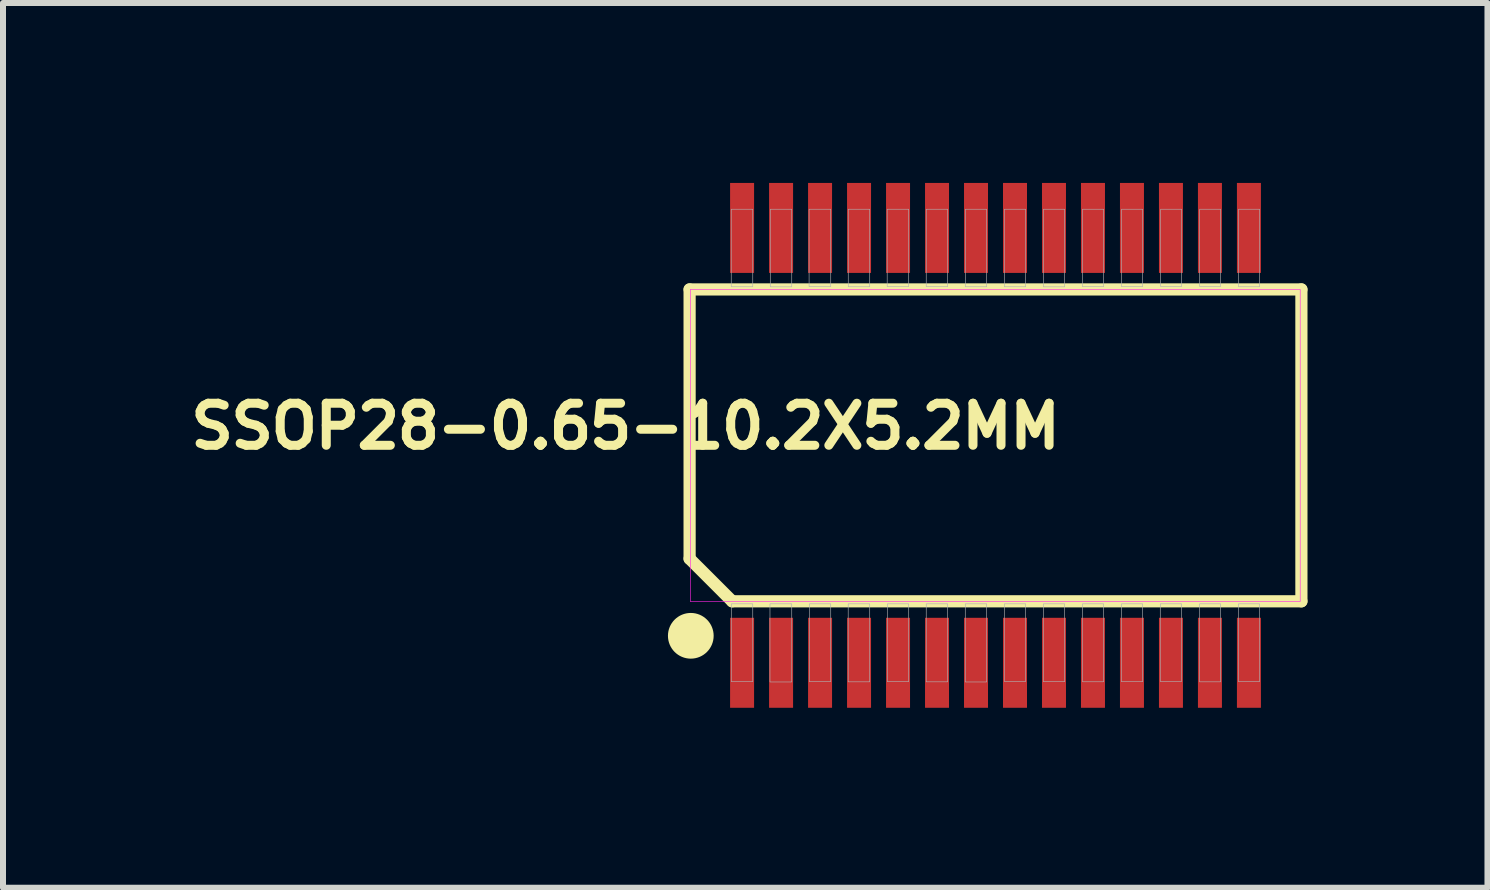
<source format=kicad_pcb>
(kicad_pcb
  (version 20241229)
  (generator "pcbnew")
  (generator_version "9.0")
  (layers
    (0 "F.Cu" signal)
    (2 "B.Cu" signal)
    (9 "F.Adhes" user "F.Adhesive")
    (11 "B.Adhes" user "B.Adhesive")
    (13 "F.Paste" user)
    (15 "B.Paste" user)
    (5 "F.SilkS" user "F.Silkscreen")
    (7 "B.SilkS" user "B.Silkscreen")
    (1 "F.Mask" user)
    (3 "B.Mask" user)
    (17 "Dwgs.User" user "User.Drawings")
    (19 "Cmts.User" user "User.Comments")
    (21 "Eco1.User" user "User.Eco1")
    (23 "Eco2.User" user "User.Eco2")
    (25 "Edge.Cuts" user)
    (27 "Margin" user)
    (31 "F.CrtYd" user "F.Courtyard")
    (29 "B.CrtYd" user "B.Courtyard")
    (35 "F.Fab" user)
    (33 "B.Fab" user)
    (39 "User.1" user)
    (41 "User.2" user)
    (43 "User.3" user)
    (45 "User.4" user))
  (footprint "SSOP28-0.65-10.2X5.2MM"
    (layer "F.Cu")
    (at 13.547 4.375)
    (property "Reference" "SSOP28-0.65-10.2X5.2MM" (at -6.167 -0.318 180) (layer "F.SilkS") (effects (font (size 0.701 0.701) (thickness 0.15))))
    (attr smd)
    (fp_line (start -5.1 -2.6) (end -5.1 1.89) (stroke (width 0.203) (type solid)) (layer "F.SilkS"))
    (fp_line (start -5.1 1.89) (end -4.39 2.6) (stroke (width 0.203) (type solid)) (layer "F.SilkS"))
    (fp_line (start -4.39 2.6) (end 5.1 2.6) (stroke (width 0.203) (type solid)) (layer "F.SilkS"))
    (fp_line (start 5.1 -2.6) (end -5.1 -2.6) (stroke (width 0.203) (type solid)) (layer "F.SilkS"))
    (fp_line (start 5.1 2.6) (end 5.1 -2.6) (stroke (width 0.203) (type solid)) (layer "F.SilkS"))
    (fp_circle (center -5.08 3.175) (end -4.699 3.175) (stroke (width 0) (type solid)) (fill yes) (layer "F.SilkS"))
    (fp_poly (pts (xy -5.088 -2.6) (xy 5.08 -2.6) (xy 5.08 2.604) (xy -5.088 2.604)) (stroke (width 0.01) (type solid)) (fill no) (layer "F.CrtYd"))
    (fp_poly (pts (xy -4.406 -3.937) (xy -4.047 -3.937) (xy -4.047 -2.644) (xy -4.406 -2.644)) (stroke (width 0.01) (type solid)) (fill no) (layer "F.Fab"))
    (fp_poly (pts (xy -4.405 2.642) (xy -4.047 2.642) (xy -4.047 3.939) (xy -4.405 3.939)) (stroke (width 0.01) (type solid)) (fill no) (layer "F.Fab"))
    (fp_poly (pts (xy -3.76 2.642) (xy -3.397 2.642) (xy -3.397 3.945) (xy -3.76 3.945)) (stroke (width 0.01) (type solid)) (fill no) (layer "F.Fab"))
    (fp_poly (pts (xy -3.755 -3.937) (xy -3.397 -3.937) (xy -3.397 -2.643) (xy -3.755 -2.643)) (stroke (width 0.01) (type solid)) (fill no) (layer "F.Fab"))
    (fp_poly (pts (xy -3.108 -3.937) (xy -2.747 -3.937) (xy -2.747 -2.646) (xy -3.108 -2.646)) (stroke (width 0.01) (type solid)) (fill no) (layer "F.Fab"))
    (fp_poly (pts (xy -3.104 2.642) (xy -2.747 2.642) (xy -2.747 3.939) (xy -3.104 3.939)) (stroke (width 0.01) (type solid)) (fill no) (layer "F.Fab"))
    (fp_poly (pts (xy -2.456 2.642) (xy -2.097 2.642) (xy -2.097 3.943) (xy -2.456 3.943)) (stroke (width 0.01) (type solid)) (fill no) (layer "F.Fab"))
    (fp_poly (pts (xy -2.455 -3.937) (xy -2.097 -3.937) (xy -2.097 -2.644) (xy -2.455 -2.644)) (stroke (width 0.01) (type solid)) (fill no) (layer "F.Fab"))
    (fp_poly (pts (xy -1.806 -3.937) (xy -1.447 -3.937) (xy -1.447 -2.646) (xy -1.806 -2.646)) (stroke (width 0.01) (type solid)) (fill no) (layer "F.Fab"))
    (fp_poly (pts (xy -1.804 2.642) (xy -1.447 2.642) (xy -1.447 3.939) (xy -1.804 3.939)) (stroke (width 0.01) (type solid)) (fill no) (layer "F.Fab"))
    (fp_poly (pts (xy -1.155 -3.937) (xy -0.797 -3.937) (xy -0.797 -2.646) (xy -1.155 -2.646)) (stroke (width 0.01) (type solid)) (fill no) (layer "F.Fab"))
    (fp_poly (pts (xy -1.155 2.642) (xy -0.797 2.642) (xy -0.797 3.943) (xy -1.155 3.943)) (stroke (width 0.01) (type solid)) (fill no) (layer "F.Fab"))
    (fp_poly (pts (xy -0.504 2.642) (xy -0.147 2.642) (xy -0.147 3.945) (xy -0.504 3.945)) (stroke (width 0.01) (type solid)) (fill no) (layer "F.Fab"))
    (fp_poly (pts (xy -0.503 -3.937) (xy -0.147 -3.937) (xy -0.147 -2.644) (xy -0.503 -2.644)) (stroke (width 0.01) (type solid)) (fill no) (layer "F.Fab"))
    (fp_poly (pts (xy 0.147 2.642) (xy 0.503 2.642) (xy 0.503 3.937) (xy 0.147 3.937)) (stroke (width 0.01) (type solid)) (fill no) (layer "F.Fab"))
    (fp_poly (pts (xy 0.147 -3.937) (xy 0.503 -3.937) (xy 0.503 -2.644) (xy 0.147 -2.644)) (stroke (width 0.01) (type solid)) (fill no) (layer "F.Fab"))
    (fp_poly (pts (xy 0.798 -3.937) (xy 1.153 -3.937) (xy 1.153 -2.643) (xy 0.798 -2.643)) (stroke (width 0.01) (type solid)) (fill no) (layer "F.Fab"))
    (fp_poly (pts (xy 0.798 2.642) (xy 1.153 2.642) (xy 1.153 3.94) (xy 0.798 3.94)) (stroke (width 0.01) (type solid)) (fill no) (layer "F.Fab"))
    (fp_poly (pts (xy 1.449 2.642) (xy 1.803 2.642) (xy 1.803 3.941) (xy 1.449 3.941)) (stroke (width 0.01) (type solid)) (fill no) (layer "F.Fab"))
    (fp_poly (pts (xy 1.449 -3.937) (xy 1.803 -3.937) (xy 1.803 -2.645) (xy 1.449 -2.645)) (stroke (width 0.01) (type solid)) (fill no) (layer "F.Fab"))
    (fp_poly (pts (xy 2.099 2.642) (xy 2.453 2.642) (xy 2.453 3.94) (xy 2.099 3.94)) (stroke (width 0.01) (type solid)) (fill no) (layer "F.Fab"))
    (fp_poly (pts (xy 2.1 -3.937) (xy 2.453 -3.937) (xy 2.453 -2.645) (xy 2.1 -2.645)) (stroke (width 0.01) (type solid)) (fill no) (layer "F.Fab"))
    (fp_poly (pts (xy 2.747 2.642) (xy 3.103 2.642) (xy 3.103 3.937) (xy 2.747 3.937)) (stroke (width 0.01) (type solid)) (fill no) (layer "F.Fab"))
    (fp_poly (pts (xy 2.753 -3.937) (xy 3.103 -3.937) (xy 3.103 -2.647) (xy 2.753 -2.647)) (stroke (width 0.01) (type solid)) (fill no) (layer "F.Fab"))
    (fp_poly (pts (xy 3.401 2.642) (xy 3.753 2.642) (xy 3.753 3.942) (xy 3.401 3.942)) (stroke (width 0.01) (type solid)) (fill no) (layer "F.Fab"))
    (fp_poly (pts (xy 3.404 -3.937) (xy 3.753 -3.937) (xy 3.753 -2.647) (xy 3.404 -2.647)) (stroke (width 0.01) (type solid)) (fill no) (layer "F.Fab"))
    (fp_poly (pts (xy 4.05 2.642) (xy 4.403 2.642) (xy 4.403 3.939) (xy 4.05 3.939)) (stroke (width 0.01) (type solid)) (fill no) (layer "F.Fab"))
    (fp_poly (pts (xy 4.051 -3.937) (xy 4.403 -3.937) (xy 4.403 -2.644) (xy 4.051 -2.644)) (stroke (width 0.01) (type solid)) (fill no) (layer "F.Fab"))
    (pad "1" smd rect (at -4.225 3.625) (size 0.4 1.5) (layers "F.Cu" "F.Mask" "F.Paste"))
    (pad "2" smd rect (at -3.575 3.625) (size 0.4 1.5) (layers "F.Cu" "F.Mask" "F.Paste"))
    (pad "3" smd rect (at -2.925 3.625) (size 0.4 1.5) (layers "F.Cu" "F.Mask" "F.Paste"))
    (pad "4" smd rect (at -2.275 3.625) (size 0.4 1.5) (layers "F.Cu" "F.Mask" "F.Paste"))
    (pad "5" smd rect (at -1.625 3.625) (size 0.4 1.5) (layers "F.Cu" "F.Mask" "F.Paste"))
    (pad "6" smd rect (at -0.975 3.625) (size 0.4 1.5) (layers "F.Cu" "F.Mask" "F.Paste"))
    (pad "7" smd rect (at -0.325 3.625) (size 0.4 1.5) (layers "F.Cu" "F.Mask" "F.Paste"))
    (pad "8" smd rect (at 0.325 3.625) (size 0.4 1.5) (layers "F.Cu" "F.Mask" "F.Paste"))
    (pad "9" smd rect (at 0.975 3.625) (size 0.4 1.5) (layers "F.Cu" "F.Mask" "F.Paste"))
    (pad "10" smd rect (at 1.625 3.625) (size 0.4 1.5) (layers "F.Cu" "F.Mask" "F.Paste"))
    (pad "11" smd rect (at 2.275 3.625) (size 0.4 1.5) (layers "F.Cu" "F.Mask" "F.Paste"))
    (pad "12" smd rect (at 2.925 3.625) (size 0.4 1.5) (layers "F.Cu" "F.Mask" "F.Paste"))
    (pad "13" smd rect (at 3.575 3.625) (size 0.4 1.5) (layers "F.Cu" "F.Mask" "F.Paste"))
    (pad "14" smd rect (at 4.225 3.625) (size 0.4 1.5) (layers "F.Cu" "F.Mask" "F.Paste"))
    (pad "15" smd rect (at 4.225 -3.625) (size 0.4 1.5) (layers "F.Cu" "F.Mask" "F.Paste"))
    (pad "16" smd rect (at 3.575 -3.625) (size 0.4 1.5) (layers "F.Cu" "F.Mask" "F.Paste"))
    (pad "17" smd rect (at 2.925 -3.625) (size 0.4 1.5) (layers "F.Cu" "F.Mask" "F.Paste"))
    (pad "18" smd rect (at 2.275 -3.625) (size 0.4 1.5) (layers "F.Cu" "F.Mask" "F.Paste"))
    (pad "19" smd rect (at 1.625 -3.625) (size 0.4 1.5) (layers "F.Cu" "F.Mask" "F.Paste"))
    (pad "20" smd rect (at 0.975 -3.625) (size 0.4 1.5) (layers "F.Cu" "F.Mask" "F.Paste"))
    (pad "21" smd rect (at 0.325 -3.625) (size 0.4 1.5) (layers "F.Cu" "F.Mask" "F.Paste"))
    (pad "22" smd rect (at -0.325 -3.625) (size 0.4 1.5) (layers "F.Cu" "F.Mask" "F.Paste"))
    (pad "23" smd rect (at -0.975 -3.625) (size 0.4 1.5) (layers "F.Cu" "F.Mask" "F.Paste"))
    (pad "24" smd rect (at -1.625 -3.625) (size 0.4 1.5) (layers "F.Cu" "F.Mask" "F.Paste"))
    (pad "25" smd rect (at -2.275 -3.625) (size 0.4 1.5) (layers "F.Cu" "F.Mask" "F.Paste"))
    (pad "26" smd rect (at -2.925 -3.625) (size 0.4 1.5) (layers "F.Cu" "F.Mask" "F.Paste"))
    (pad "27" smd rect (at -3.575 -3.625) (size 0.4 1.5) (layers "F.Cu" "F.Mask" "F.Paste"))
    (pad "28" smd rect (at -4.225 -3.625) (size 0.4 1.5) (layers "F.Cu" "F.Mask" "F.Paste")))
  (gr_rect
    (start -3 -3)
    (end 21.749 11.75)
    (stroke (width 0.1) (type default))
    (fill no)
    (layer "Edge.Cuts")))
</source>
